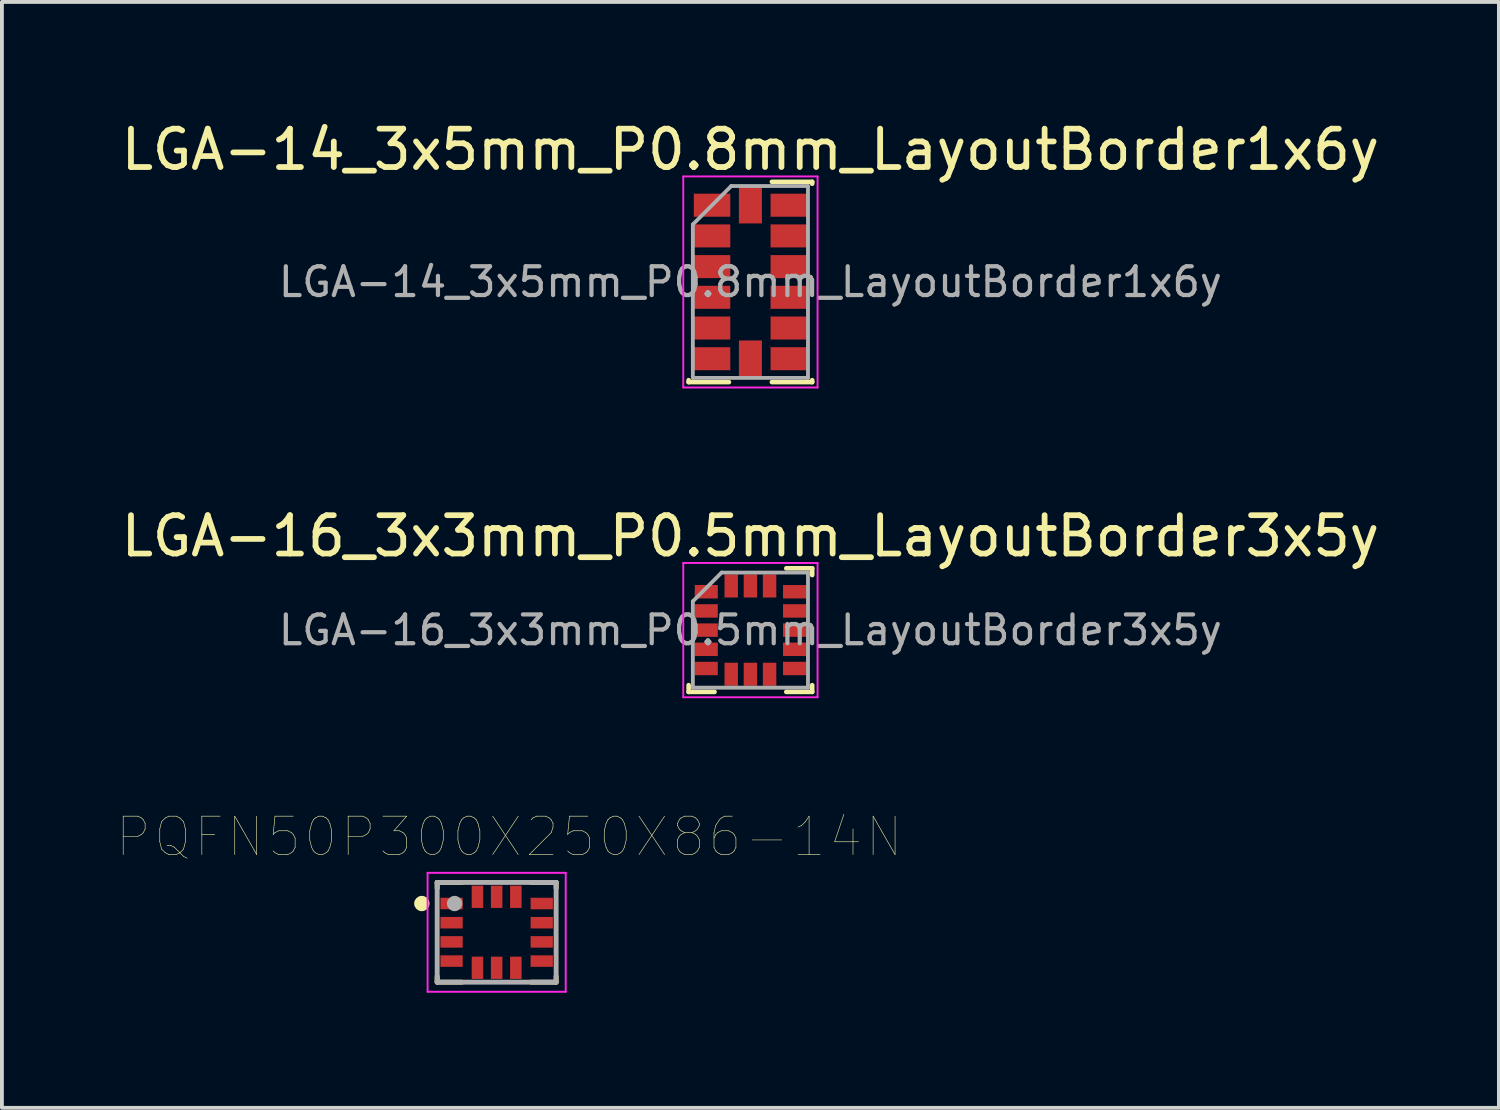
<source format=kicad_pcb>
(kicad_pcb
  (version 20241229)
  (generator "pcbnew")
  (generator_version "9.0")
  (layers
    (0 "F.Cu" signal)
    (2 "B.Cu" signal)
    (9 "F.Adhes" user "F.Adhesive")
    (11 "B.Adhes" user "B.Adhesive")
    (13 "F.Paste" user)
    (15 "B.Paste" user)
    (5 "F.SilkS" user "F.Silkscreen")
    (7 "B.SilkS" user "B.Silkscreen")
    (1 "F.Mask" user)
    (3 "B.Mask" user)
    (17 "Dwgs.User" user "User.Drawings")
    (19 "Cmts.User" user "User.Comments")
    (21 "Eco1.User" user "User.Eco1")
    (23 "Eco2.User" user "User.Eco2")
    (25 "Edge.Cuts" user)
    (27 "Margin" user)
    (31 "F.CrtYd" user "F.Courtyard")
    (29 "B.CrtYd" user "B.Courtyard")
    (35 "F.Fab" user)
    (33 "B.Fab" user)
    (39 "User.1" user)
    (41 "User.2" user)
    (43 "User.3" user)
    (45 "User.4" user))
  (footprint "PQFN50P300X250X86-14N"
    (layer "F.Cu")
    (at 9.893 21.246)
    (property "Reference" "PQFN50P300X250X86-14N" (at 0.325 -2.488 0) (layer "F.SilkS") (effects (font (size 1.001 1.001) (thickness 0.015))))
    (attr through_hole)
    (fp_line (start -1.55 -1.3) (end -1.55 -1.15) (stroke (width 0.127) (type solid)) (layer "F.SilkS"))
    (fp_line (start -1.55 1.15) (end -1.55 1.3) (stroke (width 0.127) (type solid)) (layer "F.SilkS"))
    (fp_line (start -1.55 1.3) (end -0.9 1.3) (stroke (width 0.127) (type solid)) (layer "F.SilkS"))
    (fp_line (start -0.9 -1.3) (end -1.55 -1.3) (stroke (width 0.127) (type solid)) (layer "F.SilkS"))
    (fp_line (start 0.9 -1.3) (end 1.55 -1.3) (stroke (width 0.127) (type solid)) (layer "F.SilkS"))
    (fp_line (start 1.55 -1.3) (end 1.55 -1.15) (stroke (width 0.127) (type solid)) (layer "F.SilkS"))
    (fp_line (start 1.55 1.15) (end 1.55 1.3) (stroke (width 0.127) (type solid)) (layer "F.SilkS"))
    (fp_line (start 1.55 1.3) (end 0.9 1.3) (stroke (width 0.127) (type solid)) (layer "F.SilkS"))
    (fp_circle (center -1.95 -0.75) (end -1.85 -0.75) (stroke (width 0.2) (type solid)) (fill no) (layer "F.SilkS"))
    (fp_line (start -1.8 -1.55) (end 1.8 -1.55) (stroke (width 0.05) (type solid)) (layer "F.CrtYd"))
    (fp_line (start -1.8 1.55) (end -1.8 -1.55) (stroke (width 0.05) (type solid)) (layer "F.CrtYd"))
    (fp_line (start 1.8 -1.55) (end 1.8 1.55) (stroke (width 0.05) (type solid)) (layer "F.CrtYd"))
    (fp_line (start 1.8 1.55) (end -1.8 1.55) (stroke (width 0.05) (type solid)) (layer "F.CrtYd"))
    (fp_line (start -1.55 -1.3) (end 1.55 -1.3) (stroke (width 0.127) (type solid)) (layer "F.Fab"))
    (fp_line (start -1.55 1.3) (end -1.55 -1.3) (stroke (width 0.127) (type solid)) (layer "F.Fab"))
    (fp_line (start 1.55 -1.3) (end 1.55 1.3) (stroke (width 0.127) (type solid)) (layer "F.Fab"))
    (fp_line (start 1.55 1.3) (end -1.55 1.3) (stroke (width 0.127) (type solid)) (layer "F.Fab"))
    (fp_circle (center -1.095 -0.75) (end -0.995 -0.75) (stroke (width 0.2) (type solid)) (fill no) (layer "F.Fab"))
    (pad "1" smd rect (at -1.175 -0.75) (size 0.58 0.3) (layers "F.Cu" "F.Mask" "F.Paste"))
    (pad "2" smd rect (at -1.175 -0.25) (size 0.58 0.3) (layers "F.Cu" "F.Mask" "F.Paste"))
    (pad "3" smd rect (at -1.175 0.25) (size 0.58 0.3) (layers "F.Cu" "F.Mask" "F.Paste"))
    (pad "4" smd rect (at -1.175 0.75) (size 0.58 0.3) (layers "F.Cu" "F.Mask" "F.Paste"))
    (pad "5" smd rect (at -0.5 0.925) (size 0.3 0.58) (layers "F.Cu" "F.Mask" "F.Paste"))
    (pad "6" smd rect (at 0 0.925) (size 0.3 0.58) (layers "F.Cu" "F.Mask" "F.Paste"))
    (pad "7" smd rect (at 0.5 0.925) (size 0.3 0.58) (layers "F.Cu" "F.Mask" "F.Paste"))
    (pad "8" smd rect (at 1.175 0.75) (size 0.58 0.3) (layers "F.Cu" "F.Mask" "F.Paste"))
    (pad "9" smd rect (at 1.175 0.25) (size 0.58 0.3) (layers "F.Cu" "F.Mask" "F.Paste"))
    (pad "10" smd rect (at 1.175 -0.25) (size 0.58 0.3) (layers "F.Cu" "F.Mask" "F.Paste"))
    (pad "11" smd rect (at 1.175 -0.75) (size 0.58 0.3) (layers "F.Cu" "F.Mask" "F.Paste"))
    (pad "12" smd rect (at 0.5 -0.925) (size 0.3 0.58) (layers "F.Cu" "F.Mask" "F.Paste"))
    (pad "13" smd rect (at 0 -0.925) (size 0.3 0.58) (layers "F.Cu" "F.Mask" "F.Paste"))
    (pad "14" smd rect (at -0.5 -0.925) (size 0.3 0.58) (layers "F.Cu" "F.Mask" "F.Paste")))
  (footprint "LGA-16_3x3mm_P0.5mm_LayoutBorder3x5y"
    (layer "F.Cu")
    (at 16.506 13.371)
    (property "Reference" "LGA-16_3x3mm_P0.5mm_LayoutBorder3x5y" (at 0 -2.45 0) (layer "F.SilkS") (effects (font (size 1 1) (thickness 0.15))))
    (attr smd)
    (fp_line (start -1.61 1.61) (end -1.61 1.435) (stroke (width 0.12) (type solid)) (layer "F.SilkS"))
    (fp_line (start -0.935 1.61) (end -1.61 1.61) (stroke (width 0.12) (type solid)) (layer "F.SilkS"))
    (fp_line (start 0.935 -1.61) (end 1.61 -1.61) (stroke (width 0.12) (type solid)) (layer "F.SilkS"))
    (fp_line (start 0.935 1.61) (end 1.61 1.61) (stroke (width 0.12) (type solid)) (layer "F.SilkS"))
    (fp_line (start 1.61 -1.61) (end 1.61 -1.435) (stroke (width 0.12) (type solid)) (layer "F.SilkS"))
    (fp_line (start 1.61 1.61) (end 1.61 1.435) (stroke (width 0.12) (type solid)) (layer "F.SilkS"))
    (fp_line (start -1.75 -1.75) (end -1.75 1.75) (stroke (width 0.05) (type solid)) (layer "F.CrtYd"))
    (fp_line (start -1.75 1.75) (end 1.75 1.75) (stroke (width 0.05) (type solid)) (layer "F.CrtYd"))
    (fp_line (start 1.75 -1.75) (end -1.75 -1.75) (stroke (width 0.05) (type solid)) (layer "F.CrtYd"))
    (fp_line (start 1.75 1.75) (end 1.75 -1.75) (stroke (width 0.05) (type solid)) (layer "F.CrtYd"))
    (fp_line (start -1.5 -0.75) (end -0.75 -1.5) (stroke (width 0.1) (type solid)) (layer "F.Fab"))
    (fp_line (start -1.5 1.5) (end -1.5 -0.75) (stroke (width 0.1) (type solid)) (layer "F.Fab"))
    (fp_line (start -0.75 -1.5) (end 1.5 -1.5) (stroke (width 0.1) (type solid)) (layer "F.Fab"))
    (fp_line (start 1.5 -1.5) (end 1.5 1.5) (stroke (width 0.1) (type solid)) (layer "F.Fab"))
    (fp_line (start 1.5 1.5) (end -1.5 1.5) (stroke (width 0.1) (type solid)) (layer "F.Fab"))
    (fp_text user "${REFERENCE}" (at 0 0 0) (layer "F.Fab") (effects (font (size 0.75 0.75) (thickness 0.11))))
    (pad "1" smd rect (at -1.15 -1) (size 0.6 0.35) (layers "F.Cu" "F.Mask" "F.Paste"))
    (pad "2" smd rect (at -1.15 -0.5) (size 0.6 0.35) (layers "F.Cu" "F.Mask" "F.Paste"))
    (pad "3" smd rect (at -1.15 0) (size 0.6 0.35) (layers "F.Cu" "F.Mask" "F.Paste"))
    (pad "4" smd rect (at -1.15 0.5) (size 0.6 0.35) (layers "F.Cu" "F.Mask" "F.Paste"))
    (pad "5" smd rect (at -1.15 1) (size 0.6 0.35) (layers "F.Cu" "F.Mask" "F.Paste"))
    (pad "6" smd rect (at -0.5 1.15) (size 0.35 0.6) (layers "F.Cu" "F.Mask" "F.Paste"))
    (pad "7" smd rect (at 0 1.15) (size 0.35 0.6) (layers "F.Cu" "F.Mask" "F.Paste"))
    (pad "8" smd rect (at 0.5 1.15) (size 0.35 0.6) (layers "F.Cu" "F.Mask" "F.Paste"))
    (pad "9" smd rect (at 1.15 1) (size 0.6 0.35) (layers "F.Cu" "F.Mask" "F.Paste"))
    (pad "10" smd rect (at 1.15 0.5) (size 0.6 0.35) (layers "F.Cu" "F.Mask" "F.Paste"))
    (pad "11" smd rect (at 1.15 0) (size 0.6 0.35) (layers "F.Cu" "F.Mask" "F.Paste"))
    (pad "12" smd rect (at 1.15 -0.5) (size 0.6 0.35) (layers "F.Cu" "F.Mask" "F.Paste"))
    (pad "13" smd rect (at 1.15 -1) (size 0.6 0.35) (layers "F.Cu" "F.Mask" "F.Paste"))
    (pad "14" smd rect (at 0.5 -1.15) (size 0.35 0.6) (layers "F.Cu" "F.Mask" "F.Paste"))
    (pad "15" smd rect (at 0 -1.15) (size 0.35 0.6) (layers "F.Cu" "F.Mask" "F.Paste"))
    (pad "16" smd rect (at -0.5 -1.15) (size 0.35 0.6) (layers "F.Cu" "F.Mask" "F.Paste")))
  (footprint "LGA-14_3x5mm_P0.8mm_LayoutBorder1x6y"
    (layer "F.Cu")
    (at 16.506 4.298)
    (property "Reference" "LGA-14_3x5mm_P0.8mm_LayoutBorder1x6y" (at 0 -3.45 0) (layer "F.SilkS") (effects (font (size 1 1) (thickness 0.15))))
    (attr smd)
    (fp_line (start -1.61 2.61) (end -1.61 2.56) (stroke (width 0.12) (type solid)) (layer "F.SilkS"))
    (fp_line (start -0.56 2.61) (end -1.61 2.61) (stroke (width 0.12) (type solid)) (layer "F.SilkS"))
    (fp_line (start 0.56 -2.61) (end 1.61 -2.61) (stroke (width 0.12) (type solid)) (layer "F.SilkS"))
    (fp_line (start 0.56 2.61) (end 1.61 2.61) (stroke (width 0.12) (type solid)) (layer "F.SilkS"))
    (fp_line (start 1.61 -2.61) (end 1.61 -2.56) (stroke (width 0.12) (type solid)) (layer "F.SilkS"))
    (fp_line (start 1.61 2.61) (end 1.61 2.56) (stroke (width 0.12) (type solid)) (layer "F.SilkS"))
    (fp_line (start -1.75 -2.75) (end -1.75 2.75) (stroke (width 0.05) (type solid)) (layer "F.CrtYd"))
    (fp_line (start -1.75 2.75) (end 1.75 2.75) (stroke (width 0.05) (type solid)) (layer "F.CrtYd"))
    (fp_line (start 1.75 -2.75) (end -1.75 -2.75) (stroke (width 0.05) (type solid)) (layer "F.CrtYd"))
    (fp_line (start 1.75 2.75) (end 1.75 -2.75) (stroke (width 0.05) (type solid)) (layer "F.CrtYd"))
    (fp_line (start -1.5 -1.5) (end -0.5 -2.5) (stroke (width 0.1) (type solid)) (layer "F.Fab"))
    (fp_line (start -1.5 2.5) (end -1.5 -1.5) (stroke (width 0.1) (type solid)) (layer "F.Fab"))
    (fp_line (start -0.5 -2.5) (end 1.5 -2.5) (stroke (width 0.1) (type solid)) (layer "F.Fab"))
    (fp_line (start 1.5 -2.5) (end 1.5 2.5) (stroke (width 0.1) (type solid)) (layer "F.Fab"))
    (fp_line (start 1.5 2.5) (end -1.5 2.5) (stroke (width 0.1) (type solid)) (layer "F.Fab"))
    (fp_text user "${REFERENCE}" (at 0 0 0) (layer "F.Fab") (effects (font (size 0.75 0.75) (thickness 0.11))))
    (pad "1" smd rect (at -1 -2) (size 0.95 0.6) (layers "F.Cu" "F.Mask" "F.Paste"))
    (pad "2" smd rect (at -1 -1.2) (size 0.95 0.6) (layers "F.Cu" "F.Mask" "F.Paste"))
    (pad "3" smd rect (at -1 -0.4) (size 0.95 0.6) (layers "F.Cu" "F.Mask" "F.Paste"))
    (pad "4" smd rect (at -1 0.4) (size 0.95 0.6) (layers "F.Cu" "F.Mask" "F.Paste"))
    (pad "5" smd rect (at -1 1.2) (size 0.95 0.6) (layers "F.Cu" "F.Mask" "F.Paste"))
    (pad "6" smd rect (at -1 2) (size 0.95 0.6) (layers "F.Cu" "F.Mask" "F.Paste"))
    (pad "7" smd rect (at 0 2) (size 0.6 0.95) (layers "F.Cu" "F.Mask" "F.Paste"))
    (pad "8" smd rect (at 1 2) (size 0.95 0.6) (layers "F.Cu" "F.Mask" "F.Paste"))
    (pad "9" smd rect (at 1 1.2) (size 0.95 0.6) (layers "F.Cu" "F.Mask" "F.Paste"))
    (pad "10" smd rect (at 1 0.4) (size 0.95 0.6) (layers "F.Cu" "F.Mask" "F.Paste"))
    (pad "11" smd rect (at 1 -0.4) (size 0.95 0.6) (layers "F.Cu" "F.Mask" "F.Paste"))
    (pad "12" smd rect (at 1 -1.2) (size 0.95 0.6) (layers "F.Cu" "F.Mask" "F.Paste"))
    (pad "13" smd rect (at 1 -2) (size 0.95 0.6) (layers "F.Cu" "F.Mask" "F.Paste"))
    (pad "14" smd rect (at 0 -2) (size 0.6 0.95) (layers "F.Cu" "F.Mask" "F.Paste")))
  (gr_rect
    (start -3 -3)
    (end 36.012 25.821)
    (stroke (width 0.1) (type default))
    (fill no)
    (layer "Edge.Cuts")))
</source>
